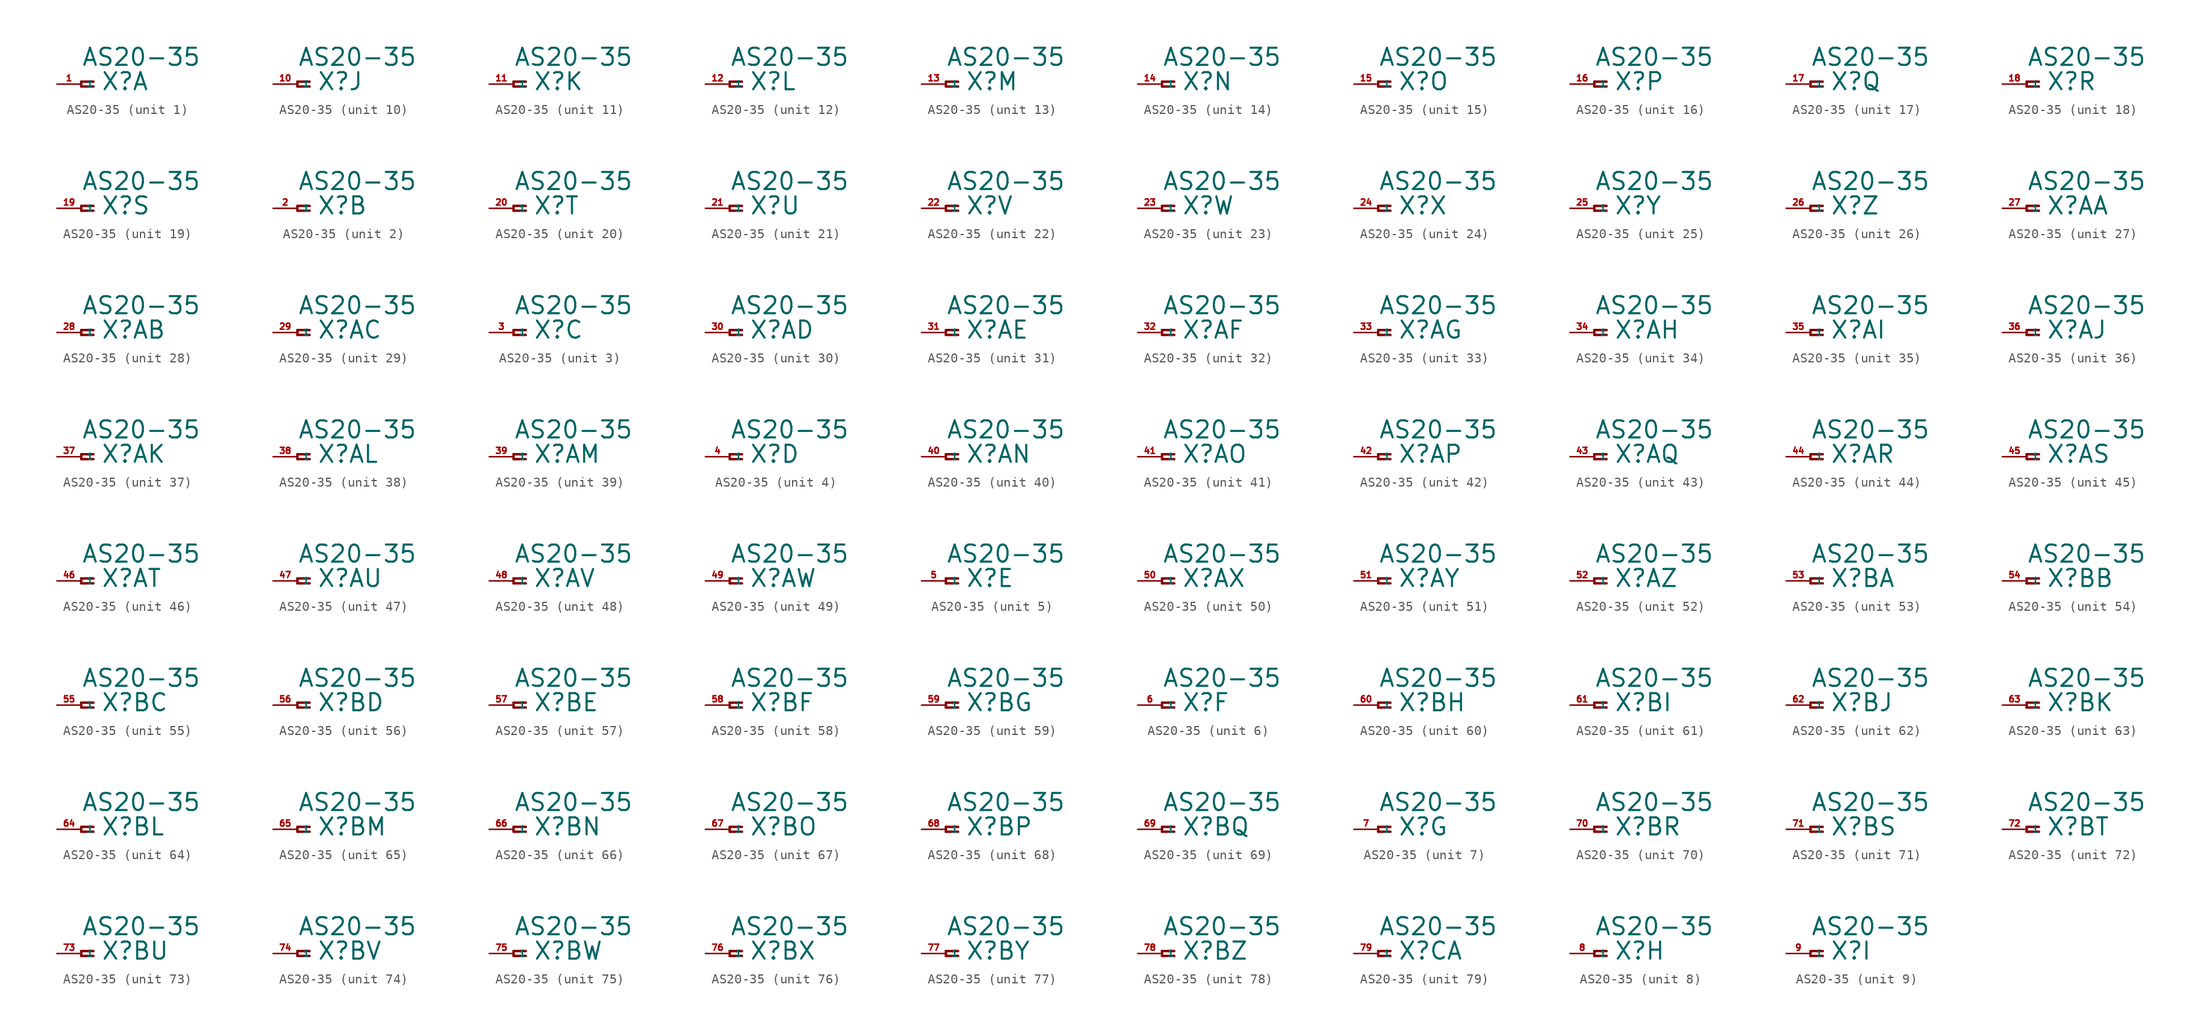
<source format=kicad_sym>
(kicad_symbol_lib
  (version 20220914)
  (generator Eagle2Kicad)
  (symbol "AS20-35"
    (property "Reference" "X"
      (at 2.032 -0.762 0)
      (effects (font (size 1.778 1.778) (thickness 0.22)) (justify left bottom)))
    (property "Value" "AS20-35"
      (at 0 1.778 0)
      (effects (font (size 1.778 1.778) (thickness 0.22)) (justify left bottom)))
    (symbol "AS20-35_1_0"
      (polyline (pts (xy 1.27 0.254) (xy 0 0.254)) (stroke (width 0.254) (type default)) (fill (type none)))
      (polyline (pts (xy 0 0.254) (xy 0 -0.254)) (stroke (width 0.254) (type default)) (fill (type none)))
      (polyline (pts (xy 0 -0.254) (xy 1.27 -0.254)) (stroke (width 0.254) (type default)) (fill (type none)))
      (pin passive line (at -2.54 0 0) (length 2.54) (name "1" (effects (font (size 0.635 0.635) (thickness 0.08)) (justify left bottom))) (number "1" (effects (font (size 0.635 0.635) (thickness 0.08)) (justify left bottom)))))
    (symbol "AS20-35_2_0"
      (polyline (pts (xy 1.27 0.254) (xy 0 0.254)) (stroke (width 0.254) (type default)) (fill (type none)))
      (polyline (pts (xy 0 0.254) (xy 0 -0.254)) (stroke (width 0.254) (type default)) (fill (type none)))
      (polyline (pts (xy 0 -0.254) (xy 1.27 -0.254)) (stroke (width 0.254) (type default)) (fill (type none)))
      (pin passive line (at -2.54 0 0) (length 2.54) (name "1" (effects (font (size 0.635 0.635) (thickness 0.08)) (justify left bottom))) (number "2" (effects (font (size 0.635 0.635) (thickness 0.08)) (justify left bottom)))))
    (symbol "AS20-35_3_0"
      (polyline (pts (xy 1.27 0.254) (xy 0 0.254)) (stroke (width 0.254) (type default)) (fill (type none)))
      (polyline (pts (xy 0 0.254) (xy 0 -0.254)) (stroke (width 0.254) (type default)) (fill (type none)))
      (polyline (pts (xy 0 -0.254) (xy 1.27 -0.254)) (stroke (width 0.254) (type default)) (fill (type none)))
      (pin passive line (at -2.54 0 0) (length 2.54) (name "1" (effects (font (size 0.635 0.635) (thickness 0.08)) (justify left bottom))) (number "3" (effects (font (size 0.635 0.635) (thickness 0.08)) (justify left bottom)))))
    (symbol "AS20-35_4_0"
      (polyline (pts (xy 1.27 0.254) (xy 0 0.254)) (stroke (width 0.254) (type default)) (fill (type none)))
      (polyline (pts (xy 0 0.254) (xy 0 -0.254)) (stroke (width 0.254) (type default)) (fill (type none)))
      (polyline (pts (xy 0 -0.254) (xy 1.27 -0.254)) (stroke (width 0.254) (type default)) (fill (type none)))
      (pin passive line (at -2.54 0 0) (length 2.54) (name "1" (effects (font (size 0.635 0.635) (thickness 0.08)) (justify left bottom))) (number "4" (effects (font (size 0.635 0.635) (thickness 0.08)) (justify left bottom)))))
    (symbol "AS20-35_5_0"
      (polyline (pts (xy 1.27 0.254) (xy 0 0.254)) (stroke (width 0.254) (type default)) (fill (type none)))
      (polyline (pts (xy 0 0.254) (xy 0 -0.254)) (stroke (width 0.254) (type default)) (fill (type none)))
      (polyline (pts (xy 0 -0.254) (xy 1.27 -0.254)) (stroke (width 0.254) (type default)) (fill (type none)))
      (pin passive line (at -2.54 0 0) (length 2.54) (name "1" (effects (font (size 0.635 0.635) (thickness 0.08)) (justify left bottom))) (number "5" (effects (font (size 0.635 0.635) (thickness 0.08)) (justify left bottom)))))
    (symbol "AS20-35_6_0"
      (polyline (pts (xy 1.27 0.254) (xy 0 0.254)) (stroke (width 0.254) (type default)) (fill (type none)))
      (polyline (pts (xy 0 0.254) (xy 0 -0.254)) (stroke (width 0.254) (type default)) (fill (type none)))
      (polyline (pts (xy 0 -0.254) (xy 1.27 -0.254)) (stroke (width 0.254) (type default)) (fill (type none)))
      (pin passive line (at -2.54 0 0) (length 2.54) (name "1" (effects (font (size 0.635 0.635) (thickness 0.08)) (justify left bottom))) (number "6" (effects (font (size 0.635 0.635) (thickness 0.08)) (justify left bottom)))))
    (symbol "AS20-35_7_0"
      (polyline (pts (xy 1.27 0.254) (xy 0 0.254)) (stroke (width 0.254) (type default)) (fill (type none)))
      (polyline (pts (xy 0 0.254) (xy 0 -0.254)) (stroke (width 0.254) (type default)) (fill (type none)))
      (polyline (pts (xy 0 -0.254) (xy 1.27 -0.254)) (stroke (width 0.254) (type default)) (fill (type none)))
      (pin passive line (at -2.54 0 0) (length 2.54) (name "1" (effects (font (size 0.635 0.635) (thickness 0.08)) (justify left bottom))) (number "7" (effects (font (size 0.635 0.635) (thickness 0.08)) (justify left bottom)))))
    (symbol "AS20-35_8_0"
      (polyline (pts (xy 1.27 0.254) (xy 0 0.254)) (stroke (width 0.254) (type default)) (fill (type none)))
      (polyline (pts (xy 0 0.254) (xy 0 -0.254)) (stroke (width 0.254) (type default)) (fill (type none)))
      (polyline (pts (xy 0 -0.254) (xy 1.27 -0.254)) (stroke (width 0.254) (type default)) (fill (type none)))
      (pin passive line (at -2.54 0 0) (length 2.54) (name "1" (effects (font (size 0.635 0.635) (thickness 0.08)) (justify left bottom))) (number "8" (effects (font (size 0.635 0.635) (thickness 0.08)) (justify left bottom)))))
    (symbol "AS20-35_9_0"
      (polyline (pts (xy 1.27 0.254) (xy 0 0.254)) (stroke (width 0.254) (type default)) (fill (type none)))
      (polyline (pts (xy 0 0.254) (xy 0 -0.254)) (stroke (width 0.254) (type default)) (fill (type none)))
      (polyline (pts (xy 0 -0.254) (xy 1.27 -0.254)) (stroke (width 0.254) (type default)) (fill (type none)))
      (pin passive line (at -2.54 0 0) (length 2.54) (name "1" (effects (font (size 0.635 0.635) (thickness 0.08)) (justify left bottom))) (number "9" (effects (font (size 0.635 0.635) (thickness 0.08)) (justify left bottom)))))
    (symbol "AS20-35_10_0"
      (polyline (pts (xy 1.27 0.254) (xy 0 0.254)) (stroke (width 0.254) (type default)) (fill (type none)))
      (polyline (pts (xy 0 0.254) (xy 0 -0.254)) (stroke (width 0.254) (type default)) (fill (type none)))
      (polyline (pts (xy 0 -0.254) (xy 1.27 -0.254)) (stroke (width 0.254) (type default)) (fill (type none)))
      (pin passive line (at -2.54 0 0) (length 2.54) (name "1" (effects (font (size 0.635 0.635) (thickness 0.08)) (justify left bottom))) (number "10" (effects (font (size 0.635 0.635) (thickness 0.08)) (justify left bottom)))))
    (symbol "AS20-35_11_0"
      (polyline (pts (xy 1.27 0.254) (xy 0 0.254)) (stroke (width 0.254) (type default)) (fill (type none)))
      (polyline (pts (xy 0 0.254) (xy 0 -0.254)) (stroke (width 0.254) (type default)) (fill (type none)))
      (polyline (pts (xy 0 -0.254) (xy 1.27 -0.254)) (stroke (width 0.254) (type default)) (fill (type none)))
      (pin passive line (at -2.54 0 0) (length 2.54) (name "1" (effects (font (size 0.635 0.635) (thickness 0.08)) (justify left bottom))) (number "11" (effects (font (size 0.635 0.635) (thickness 0.08)) (justify left bottom)))))
    (symbol "AS20-35_12_0"
      (polyline (pts (xy 1.27 0.254) (xy 0 0.254)) (stroke (width 0.254) (type default)) (fill (type none)))
      (polyline (pts (xy 0 0.254) (xy 0 -0.254)) (stroke (width 0.254) (type default)) (fill (type none)))
      (polyline (pts (xy 0 -0.254) (xy 1.27 -0.254)) (stroke (width 0.254) (type default)) (fill (type none)))
      (pin passive line (at -2.54 0 0) (length 2.54) (name "1" (effects (font (size 0.635 0.635) (thickness 0.08)) (justify left bottom))) (number "12" (effects (font (size 0.635 0.635) (thickness 0.08)) (justify left bottom)))))
    (symbol "AS20-35_13_0"
      (polyline (pts (xy 1.27 0.254) (xy 0 0.254)) (stroke (width 0.254) (type default)) (fill (type none)))
      (polyline (pts (xy 0 0.254) (xy 0 -0.254)) (stroke (width 0.254) (type default)) (fill (type none)))
      (polyline (pts (xy 0 -0.254) (xy 1.27 -0.254)) (stroke (width 0.254) (type default)) (fill (type none)))
      (pin passive line (at -2.54 0 0) (length 2.54) (name "1" (effects (font (size 0.635 0.635) (thickness 0.08)) (justify left bottom))) (number "13" (effects (font (size 0.635 0.635) (thickness 0.08)) (justify left bottom)))))
    (symbol "AS20-35_14_0"
      (polyline (pts (xy 1.27 0.254) (xy 0 0.254)) (stroke (width 0.254) (type default)) (fill (type none)))
      (polyline (pts (xy 0 0.254) (xy 0 -0.254)) (stroke (width 0.254) (type default)) (fill (type none)))
      (polyline (pts (xy 0 -0.254) (xy 1.27 -0.254)) (stroke (width 0.254) (type default)) (fill (type none)))
      (pin passive line (at -2.54 0 0) (length 2.54) (name "1" (effects (font (size 0.635 0.635) (thickness 0.08)) (justify left bottom))) (number "14" (effects (font (size 0.635 0.635) (thickness 0.08)) (justify left bottom)))))
    (symbol "AS20-35_15_0"
      (polyline (pts (xy 1.27 0.254) (xy 0 0.254)) (stroke (width 0.254) (type default)) (fill (type none)))
      (polyline (pts (xy 0 0.254) (xy 0 -0.254)) (stroke (width 0.254) (type default)) (fill (type none)))
      (polyline (pts (xy 0 -0.254) (xy 1.27 -0.254)) (stroke (width 0.254) (type default)) (fill (type none)))
      (pin passive line (at -2.54 0 0) (length 2.54) (name "1" (effects (font (size 0.635 0.635) (thickness 0.08)) (justify left bottom))) (number "15" (effects (font (size 0.635 0.635) (thickness 0.08)) (justify left bottom)))))
    (symbol "AS20-35_16_0"
      (polyline (pts (xy 1.27 0.254) (xy 0 0.254)) (stroke (width 0.254) (type default)) (fill (type none)))
      (polyline (pts (xy 0 0.254) (xy 0 -0.254)) (stroke (width 0.254) (type default)) (fill (type none)))
      (polyline (pts (xy 0 -0.254) (xy 1.27 -0.254)) (stroke (width 0.254) (type default)) (fill (type none)))
      (pin passive line (at -2.54 0 0) (length 2.54) (name "1" (effects (font (size 0.635 0.635) (thickness 0.08)) (justify left bottom))) (number "16" (effects (font (size 0.635 0.635) (thickness 0.08)) (justify left bottom)))))
    (symbol "AS20-35_17_0"
      (polyline (pts (xy 1.27 0.254) (xy 0 0.254)) (stroke (width 0.254) (type default)) (fill (type none)))
      (polyline (pts (xy 0 0.254) (xy 0 -0.254)) (stroke (width 0.254) (type default)) (fill (type none)))
      (polyline (pts (xy 0 -0.254) (xy 1.27 -0.254)) (stroke (width 0.254) (type default)) (fill (type none)))
      (pin passive line (at -2.54 0 0) (length 2.54) (name "1" (effects (font (size 0.635 0.635) (thickness 0.08)) (justify left bottom))) (number "17" (effects (font (size 0.635 0.635) (thickness 0.08)) (justify left bottom)))))
    (symbol "AS20-35_18_0"
      (polyline (pts (xy 1.27 0.254) (xy 0 0.254)) (stroke (width 0.254) (type default)) (fill (type none)))
      (polyline (pts (xy 0 0.254) (xy 0 -0.254)) (stroke (width 0.254) (type default)) (fill (type none)))
      (polyline (pts (xy 0 -0.254) (xy 1.27 -0.254)) (stroke (width 0.254) (type default)) (fill (type none)))
      (pin passive line (at -2.54 0 0) (length 2.54) (name "1" (effects (font (size 0.635 0.635) (thickness 0.08)) (justify left bottom))) (number "18" (effects (font (size 0.635 0.635) (thickness 0.08)) (justify left bottom)))))
    (symbol "AS20-35_19_0"
      (polyline (pts (xy 1.27 0.254) (xy 0 0.254)) (stroke (width 0.254) (type default)) (fill (type none)))
      (polyline (pts (xy 0 0.254) (xy 0 -0.254)) (stroke (width 0.254) (type default)) (fill (type none)))
      (polyline (pts (xy 0 -0.254) (xy 1.27 -0.254)) (stroke (width 0.254) (type default)) (fill (type none)))
      (pin passive line (at -2.54 0 0) (length 2.54) (name "1" (effects (font (size 0.635 0.635) (thickness 0.08)) (justify left bottom))) (number "19" (effects (font (size 0.635 0.635) (thickness 0.08)) (justify left bottom)))))
    (symbol "AS20-35_20_0"
      (polyline (pts (xy 1.27 0.254) (xy 0 0.254)) (stroke (width 0.254) (type default)) (fill (type none)))
      (polyline (pts (xy 0 0.254) (xy 0 -0.254)) (stroke (width 0.254) (type default)) (fill (type none)))
      (polyline (pts (xy 0 -0.254) (xy 1.27 -0.254)) (stroke (width 0.254) (type default)) (fill (type none)))
      (pin passive line (at -2.54 0 0) (length 2.54) (name "1" (effects (font (size 0.635 0.635) (thickness 0.08)) (justify left bottom))) (number "20" (effects (font (size 0.635 0.635) (thickness 0.08)) (justify left bottom)))))
    (symbol "AS20-35_21_0"
      (polyline (pts (xy 1.27 0.254) (xy 0 0.254)) (stroke (width 0.254) (type default)) (fill (type none)))
      (polyline (pts (xy 0 0.254) (xy 0 -0.254)) (stroke (width 0.254) (type default)) (fill (type none)))
      (polyline (pts (xy 0 -0.254) (xy 1.27 -0.254)) (stroke (width 0.254) (type default)) (fill (type none)))
      (pin passive line (at -2.54 0 0) (length 2.54) (name "1" (effects (font (size 0.635 0.635) (thickness 0.08)) (justify left bottom))) (number "21" (effects (font (size 0.635 0.635) (thickness 0.08)) (justify left bottom)))))
    (symbol "AS20-35_22_0"
      (polyline (pts (xy 1.27 0.254) (xy 0 0.254)) (stroke (width 0.254) (type default)) (fill (type none)))
      (polyline (pts (xy 0 0.254) (xy 0 -0.254)) (stroke (width 0.254) (type default)) (fill (type none)))
      (polyline (pts (xy 0 -0.254) (xy 1.27 -0.254)) (stroke (width 0.254) (type default)) (fill (type none)))
      (pin passive line (at -2.54 0 0) (length 2.54) (name "1" (effects (font (size 0.635 0.635) (thickness 0.08)) (justify left bottom))) (number "22" (effects (font (size 0.635 0.635) (thickness 0.08)) (justify left bottom)))))
    (symbol "AS20-35_23_0"
      (polyline (pts (xy 1.27 0.254) (xy 0 0.254)) (stroke (width 0.254) (type default)) (fill (type none)))
      (polyline (pts (xy 0 0.254) (xy 0 -0.254)) (stroke (width 0.254) (type default)) (fill (type none)))
      (polyline (pts (xy 0 -0.254) (xy 1.27 -0.254)) (stroke (width 0.254) (type default)) (fill (type none)))
      (pin passive line (at -2.54 0 0) (length 2.54) (name "1" (effects (font (size 0.635 0.635) (thickness 0.08)) (justify left bottom))) (number "23" (effects (font (size 0.635 0.635) (thickness 0.08)) (justify left bottom)))))
    (symbol "AS20-35_24_0"
      (polyline (pts (xy 1.27 0.254) (xy 0 0.254)) (stroke (width 0.254) (type default)) (fill (type none)))
      (polyline (pts (xy 0 0.254) (xy 0 -0.254)) (stroke (width 0.254) (type default)) (fill (type none)))
      (polyline (pts (xy 0 -0.254) (xy 1.27 -0.254)) (stroke (width 0.254) (type default)) (fill (type none)))
      (pin passive line (at -2.54 0 0) (length 2.54) (name "1" (effects (font (size 0.635 0.635) (thickness 0.08)) (justify left bottom))) (number "24" (effects (font (size 0.635 0.635) (thickness 0.08)) (justify left bottom)))))
    (symbol "AS20-35_25_0"
      (polyline (pts (xy 1.27 0.254) (xy 0 0.254)) (stroke (width 0.254) (type default)) (fill (type none)))
      (polyline (pts (xy 0 0.254) (xy 0 -0.254)) (stroke (width 0.254) (type default)) (fill (type none)))
      (polyline (pts (xy 0 -0.254) (xy 1.27 -0.254)) (stroke (width 0.254) (type default)) (fill (type none)))
      (pin passive line (at -2.54 0 0) (length 2.54) (name "1" (effects (font (size 0.635 0.635) (thickness 0.08)) (justify left bottom))) (number "25" (effects (font (size 0.635 0.635) (thickness 0.08)) (justify left bottom)))))
    (symbol "AS20-35_26_0"
      (polyline (pts (xy 1.27 0.254) (xy 0 0.254)) (stroke (width 0.254) (type default)) (fill (type none)))
      (polyline (pts (xy 0 0.254) (xy 0 -0.254)) (stroke (width 0.254) (type default)) (fill (type none)))
      (polyline (pts (xy 0 -0.254) (xy 1.27 -0.254)) (stroke (width 0.254) (type default)) (fill (type none)))
      (pin passive line (at -2.54 0 0) (length 2.54) (name "1" (effects (font (size 0.635 0.635) (thickness 0.08)) (justify left bottom))) (number "26" (effects (font (size 0.635 0.635) (thickness 0.08)) (justify left bottom)))))
    (symbol "AS20-35_27_0"
      (polyline (pts (xy 1.27 0.254) (xy 0 0.254)) (stroke (width 0.254) (type default)) (fill (type none)))
      (polyline (pts (xy 0 0.254) (xy 0 -0.254)) (stroke (width 0.254) (type default)) (fill (type none)))
      (polyline (pts (xy 0 -0.254) (xy 1.27 -0.254)) (stroke (width 0.254) (type default)) (fill (type none)))
      (pin passive line (at -2.54 0 0) (length 2.54) (name "1" (effects (font (size 0.635 0.635) (thickness 0.08)) (justify left bottom))) (number "27" (effects (font (size 0.635 0.635) (thickness 0.08)) (justify left bottom)))))
    (symbol "AS20-35_28_0"
      (polyline (pts (xy 1.27 0.254) (xy 0 0.254)) (stroke (width 0.254) (type default)) (fill (type none)))
      (polyline (pts (xy 0 0.254) (xy 0 -0.254)) (stroke (width 0.254) (type default)) (fill (type none)))
      (polyline (pts (xy 0 -0.254) (xy 1.27 -0.254)) (stroke (width 0.254) (type default)) (fill (type none)))
      (pin passive line (at -2.54 0 0) (length 2.54) (name "1" (effects (font (size 0.635 0.635) (thickness 0.08)) (justify left bottom))) (number "28" (effects (font (size 0.635 0.635) (thickness 0.08)) (justify left bottom)))))
    (symbol "AS20-35_29_0"
      (polyline (pts (xy 1.27 0.254) (xy 0 0.254)) (stroke (width 0.254) (type default)) (fill (type none)))
      (polyline (pts (xy 0 0.254) (xy 0 -0.254)) (stroke (width 0.254) (type default)) (fill (type none)))
      (polyline (pts (xy 0 -0.254) (xy 1.27 -0.254)) (stroke (width 0.254) (type default)) (fill (type none)))
      (pin passive line (at -2.54 0 0) (length 2.54) (name "1" (effects (font (size 0.635 0.635) (thickness 0.08)) (justify left bottom))) (number "29" (effects (font (size 0.635 0.635) (thickness 0.08)) (justify left bottom)))))
    (symbol "AS20-35_30_0"
      (polyline (pts (xy 1.27 0.254) (xy 0 0.254)) (stroke (width 0.254) (type default)) (fill (type none)))
      (polyline (pts (xy 0 0.254) (xy 0 -0.254)) (stroke (width 0.254) (type default)) (fill (type none)))
      (polyline (pts (xy 0 -0.254) (xy 1.27 -0.254)) (stroke (width 0.254) (type default)) (fill (type none)))
      (pin passive line (at -2.54 0 0) (length 2.54) (name "1" (effects (font (size 0.635 0.635) (thickness 0.08)) (justify left bottom))) (number "30" (effects (font (size 0.635 0.635) (thickness 0.08)) (justify left bottom)))))
    (symbol "AS20-35_31_0"
      (polyline (pts (xy 1.27 0.254) (xy 0 0.254)) (stroke (width 0.254) (type default)) (fill (type none)))
      (polyline (pts (xy 0 0.254) (xy 0 -0.254)) (stroke (width 0.254) (type default)) (fill (type none)))
      (polyline (pts (xy 0 -0.254) (xy 1.27 -0.254)) (stroke (width 0.254) (type default)) (fill (type none)))
      (pin passive line (at -2.54 0 0) (length 2.54) (name "1" (effects (font (size 0.635 0.635) (thickness 0.08)) (justify left bottom))) (number "31" (effects (font (size 0.635 0.635) (thickness 0.08)) (justify left bottom)))))
    (symbol "AS20-35_32_0"
      (polyline (pts (xy 1.27 0.254) (xy 0 0.254)) (stroke (width 0.254) (type default)) (fill (type none)))
      (polyline (pts (xy 0 0.254) (xy 0 -0.254)) (stroke (width 0.254) (type default)) (fill (type none)))
      (polyline (pts (xy 0 -0.254) (xy 1.27 -0.254)) (stroke (width 0.254) (type default)) (fill (type none)))
      (pin passive line (at -2.54 0 0) (length 2.54) (name "1" (effects (font (size 0.635 0.635) (thickness 0.08)) (justify left bottom))) (number "32" (effects (font (size 0.635 0.635) (thickness 0.08)) (justify left bottom)))))
    (symbol "AS20-35_33_0"
      (polyline (pts (xy 1.27 0.254) (xy 0 0.254)) (stroke (width 0.254) (type default)) (fill (type none)))
      (polyline (pts (xy 0 0.254) (xy 0 -0.254)) (stroke (width 0.254) (type default)) (fill (type none)))
      (polyline (pts (xy 0 -0.254) (xy 1.27 -0.254)) (stroke (width 0.254) (type default)) (fill (type none)))
      (pin passive line (at -2.54 0 0) (length 2.54) (name "1" (effects (font (size 0.635 0.635) (thickness 0.08)) (justify left bottom))) (number "33" (effects (font (size 0.635 0.635) (thickness 0.08)) (justify left bottom)))))
    (symbol "AS20-35_34_0"
      (polyline (pts (xy 1.27 0.254) (xy 0 0.254)) (stroke (width 0.254) (type default)) (fill (type none)))
      (polyline (pts (xy 0 0.254) (xy 0 -0.254)) (stroke (width 0.254) (type default)) (fill (type none)))
      (polyline (pts (xy 0 -0.254) (xy 1.27 -0.254)) (stroke (width 0.254) (type default)) (fill (type none)))
      (pin passive line (at -2.54 0 0) (length 2.54) (name "1" (effects (font (size 0.635 0.635) (thickness 0.08)) (justify left bottom))) (number "34" (effects (font (size 0.635 0.635) (thickness 0.08)) (justify left bottom)))))
    (symbol "AS20-35_35_0"
      (polyline (pts (xy 1.27 0.254) (xy 0 0.254)) (stroke (width 0.254) (type default)) (fill (type none)))
      (polyline (pts (xy 0 0.254) (xy 0 -0.254)) (stroke (width 0.254) (type default)) (fill (type none)))
      (polyline (pts (xy 0 -0.254) (xy 1.27 -0.254)) (stroke (width 0.254) (type default)) (fill (type none)))
      (pin passive line (at -2.54 0 0) (length 2.54) (name "1" (effects (font (size 0.635 0.635) (thickness 0.08)) (justify left bottom))) (number "35" (effects (font (size 0.635 0.635) (thickness 0.08)) (justify left bottom)))))
    (symbol "AS20-35_36_0"
      (polyline (pts (xy 1.27 0.254) (xy 0 0.254)) (stroke (width 0.254) (type default)) (fill (type none)))
      (polyline (pts (xy 0 0.254) (xy 0 -0.254)) (stroke (width 0.254) (type default)) (fill (type none)))
      (polyline (pts (xy 0 -0.254) (xy 1.27 -0.254)) (stroke (width 0.254) (type default)) (fill (type none)))
      (pin passive line (at -2.54 0 0) (length 2.54) (name "1" (effects (font (size 0.635 0.635) (thickness 0.08)) (justify left bottom))) (number "36" (effects (font (size 0.635 0.635) (thickness 0.08)) (justify left bottom)))))
    (symbol "AS20-35_37_0"
      (polyline (pts (xy 1.27 0.254) (xy 0 0.254)) (stroke (width 0.254) (type default)) (fill (type none)))
      (polyline (pts (xy 0 0.254) (xy 0 -0.254)) (stroke (width 0.254) (type default)) (fill (type none)))
      (polyline (pts (xy 0 -0.254) (xy 1.27 -0.254)) (stroke (width 0.254) (type default)) (fill (type none)))
      (pin passive line (at -2.54 0 0) (length 2.54) (name "1" (effects (font (size 0.635 0.635) (thickness 0.08)) (justify left bottom))) (number "37" (effects (font (size 0.635 0.635) (thickness 0.08)) (justify left bottom)))))
    (symbol "AS20-35_38_0"
      (polyline (pts (xy 1.27 0.254) (xy 0 0.254)) (stroke (width 0.254) (type default)) (fill (type none)))
      (polyline (pts (xy 0 0.254) (xy 0 -0.254)) (stroke (width 0.254) (type default)) (fill (type none)))
      (polyline (pts (xy 0 -0.254) (xy 1.27 -0.254)) (stroke (width 0.254) (type default)) (fill (type none)))
      (pin passive line (at -2.54 0 0) (length 2.54) (name "1" (effects (font (size 0.635 0.635) (thickness 0.08)) (justify left bottom))) (number "38" (effects (font (size 0.635 0.635) (thickness 0.08)) (justify left bottom)))))
    (symbol "AS20-35_39_0"
      (polyline (pts (xy 1.27 0.254) (xy 0 0.254)) (stroke (width 0.254) (type default)) (fill (type none)))
      (polyline (pts (xy 0 0.254) (xy 0 -0.254)) (stroke (width 0.254) (type default)) (fill (type none)))
      (polyline (pts (xy 0 -0.254) (xy 1.27 -0.254)) (stroke (width 0.254) (type default)) (fill (type none)))
      (pin passive line (at -2.54 0 0) (length 2.54) (name "1" (effects (font (size 0.635 0.635) (thickness 0.08)) (justify left bottom))) (number "39" (effects (font (size 0.635 0.635) (thickness 0.08)) (justify left bottom)))))
    (symbol "AS20-35_40_0"
      (polyline (pts (xy 1.27 0.254) (xy 0 0.254)) (stroke (width 0.254) (type default)) (fill (type none)))
      (polyline (pts (xy 0 0.254) (xy 0 -0.254)) (stroke (width 0.254) (type default)) (fill (type none)))
      (polyline (pts (xy 0 -0.254) (xy 1.27 -0.254)) (stroke (width 0.254) (type default)) (fill (type none)))
      (pin passive line (at -2.54 0 0) (length 2.54) (name "1" (effects (font (size 0.635 0.635) (thickness 0.08)) (justify left bottom))) (number "40" (effects (font (size 0.635 0.635) (thickness 0.08)) (justify left bottom)))))
    (symbol "AS20-35_41_0"
      (polyline (pts (xy 1.27 0.254) (xy 0 0.254)) (stroke (width 0.254) (type default)) (fill (type none)))
      (polyline (pts (xy 0 0.254) (xy 0 -0.254)) (stroke (width 0.254) (type default)) (fill (type none)))
      (polyline (pts (xy 0 -0.254) (xy 1.27 -0.254)) (stroke (width 0.254) (type default)) (fill (type none)))
      (pin passive line (at -2.54 0 0) (length 2.54) (name "1" (effects (font (size 0.635 0.635) (thickness 0.08)) (justify left bottom))) (number "41" (effects (font (size 0.635 0.635) (thickness 0.08)) (justify left bottom)))))
    (symbol "AS20-35_42_0"
      (polyline (pts (xy 1.27 0.254) (xy 0 0.254)) (stroke (width 0.254) (type default)) (fill (type none)))
      (polyline (pts (xy 0 0.254) (xy 0 -0.254)) (stroke (width 0.254) (type default)) (fill (type none)))
      (polyline (pts (xy 0 -0.254) (xy 1.27 -0.254)) (stroke (width 0.254) (type default)) (fill (type none)))
      (pin passive line (at -2.54 0 0) (length 2.54) (name "1" (effects (font (size 0.635 0.635) (thickness 0.08)) (justify left bottom))) (number "42" (effects (font (size 0.635 0.635) (thickness 0.08)) (justify left bottom)))))
    (symbol "AS20-35_43_0"
      (polyline (pts (xy 1.27 0.254) (xy 0 0.254)) (stroke (width 0.254) (type default)) (fill (type none)))
      (polyline (pts (xy 0 0.254) (xy 0 -0.254)) (stroke (width 0.254) (type default)) (fill (type none)))
      (polyline (pts (xy 0 -0.254) (xy 1.27 -0.254)) (stroke (width 0.254) (type default)) (fill (type none)))
      (pin passive line (at -2.54 0 0) (length 2.54) (name "1" (effects (font (size 0.635 0.635) (thickness 0.08)) (justify left bottom))) (number "43" (effects (font (size 0.635 0.635) (thickness 0.08)) (justify left bottom)))))
    (symbol "AS20-35_44_0"
      (polyline (pts (xy 1.27 0.254) (xy 0 0.254)) (stroke (width 0.254) (type default)) (fill (type none)))
      (polyline (pts (xy 0 0.254) (xy 0 -0.254)) (stroke (width 0.254) (type default)) (fill (type none)))
      (polyline (pts (xy 0 -0.254) (xy 1.27 -0.254)) (stroke (width 0.254) (type default)) (fill (type none)))
      (pin passive line (at -2.54 0 0) (length 2.54) (name "1" (effects (font (size 0.635 0.635) (thickness 0.08)) (justify left bottom))) (number "44" (effects (font (size 0.635 0.635) (thickness 0.08)) (justify left bottom)))))
    (symbol "AS20-35_45_0"
      (polyline (pts (xy 1.27 0.254) (xy 0 0.254)) (stroke (width 0.254) (type default)) (fill (type none)))
      (polyline (pts (xy 0 0.254) (xy 0 -0.254)) (stroke (width 0.254) (type default)) (fill (type none)))
      (polyline (pts (xy 0 -0.254) (xy 1.27 -0.254)) (stroke (width 0.254) (type default)) (fill (type none)))
      (pin passive line (at -2.54 0 0) (length 2.54) (name "1" (effects (font (size 0.635 0.635) (thickness 0.08)) (justify left bottom))) (number "45" (effects (font (size 0.635 0.635) (thickness 0.08)) (justify left bottom)))))
    (symbol "AS20-35_46_0"
      (polyline (pts (xy 1.27 0.254) (xy 0 0.254)) (stroke (width 0.254) (type default)) (fill (type none)))
      (polyline (pts (xy 0 0.254) (xy 0 -0.254)) (stroke (width 0.254) (type default)) (fill (type none)))
      (polyline (pts (xy 0 -0.254) (xy 1.27 -0.254)) (stroke (width 0.254) (type default)) (fill (type none)))
      (pin passive line (at -2.54 0 0) (length 2.54) (name "1" (effects (font (size 0.635 0.635) (thickness 0.08)) (justify left bottom))) (number "46" (effects (font (size 0.635 0.635) (thickness 0.08)) (justify left bottom)))))
    (symbol "AS20-35_47_0"
      (polyline (pts (xy 1.27 0.254) (xy 0 0.254)) (stroke (width 0.254) (type default)) (fill (type none)))
      (polyline (pts (xy 0 0.254) (xy 0 -0.254)) (stroke (width 0.254) (type default)) (fill (type none)))
      (polyline (pts (xy 0 -0.254) (xy 1.27 -0.254)) (stroke (width 0.254) (type default)) (fill (type none)))
      (pin passive line (at -2.54 0 0) (length 2.54) (name "1" (effects (font (size 0.635 0.635) (thickness 0.08)) (justify left bottom))) (number "47" (effects (font (size 0.635 0.635) (thickness 0.08)) (justify left bottom)))))
    (symbol "AS20-35_48_0"
      (polyline (pts (xy 1.27 0.254) (xy 0 0.254)) (stroke (width 0.254) (type default)) (fill (type none)))
      (polyline (pts (xy 0 0.254) (xy 0 -0.254)) (stroke (width 0.254) (type default)) (fill (type none)))
      (polyline (pts (xy 0 -0.254) (xy 1.27 -0.254)) (stroke (width 0.254) (type default)) (fill (type none)))
      (pin passive line (at -2.54 0 0) (length 2.54) (name "1" (effects (font (size 0.635 0.635) (thickness 0.08)) (justify left bottom))) (number "48" (effects (font (size 0.635 0.635) (thickness 0.08)) (justify left bottom)))))
    (symbol "AS20-35_49_0"
      (polyline (pts (xy 1.27 0.254) (xy 0 0.254)) (stroke (width 0.254) (type default)) (fill (type none)))
      (polyline (pts (xy 0 0.254) (xy 0 -0.254)) (stroke (width 0.254) (type default)) (fill (type none)))
      (polyline (pts (xy 0 -0.254) (xy 1.27 -0.254)) (stroke (width 0.254) (type default)) (fill (type none)))
      (pin passive line (at -2.54 0 0) (length 2.54) (name "1" (effects (font (size 0.635 0.635) (thickness 0.08)) (justify left bottom))) (number "49" (effects (font (size 0.635 0.635) (thickness 0.08)) (justify left bottom)))))
    (symbol "AS20-35_50_0"
      (polyline (pts (xy 1.27 0.254) (xy 0 0.254)) (stroke (width 0.254) (type default)) (fill (type none)))
      (polyline (pts (xy 0 0.254) (xy 0 -0.254)) (stroke (width 0.254) (type default)) (fill (type none)))
      (polyline (pts (xy 0 -0.254) (xy 1.27 -0.254)) (stroke (width 0.254) (type default)) (fill (type none)))
      (pin passive line (at -2.54 0 0) (length 2.54) (name "1" (effects (font (size 0.635 0.635) (thickness 0.08)) (justify left bottom))) (number "50" (effects (font (size 0.635 0.635) (thickness 0.08)) (justify left bottom)))))
    (symbol "AS20-35_51_0"
      (polyline (pts (xy 1.27 0.254) (xy 0 0.254)) (stroke (width 0.254) (type default)) (fill (type none)))
      (polyline (pts (xy 0 0.254) (xy 0 -0.254)) (stroke (width 0.254) (type default)) (fill (type none)))
      (polyline (pts (xy 0 -0.254) (xy 1.27 -0.254)) (stroke (width 0.254) (type default)) (fill (type none)))
      (pin passive line (at -2.54 0 0) (length 2.54) (name "1" (effects (font (size 0.635 0.635) (thickness 0.08)) (justify left bottom))) (number "51" (effects (font (size 0.635 0.635) (thickness 0.08)) (justify left bottom)))))
    (symbol "AS20-35_52_0"
      (polyline (pts (xy 1.27 0.254) (xy 0 0.254)) (stroke (width 0.254) (type default)) (fill (type none)))
      (polyline (pts (xy 0 0.254) (xy 0 -0.254)) (stroke (width 0.254) (type default)) (fill (type none)))
      (polyline (pts (xy 0 -0.254) (xy 1.27 -0.254)) (stroke (width 0.254) (type default)) (fill (type none)))
      (pin passive line (at -2.54 0 0) (length 2.54) (name "1" (effects (font (size 0.635 0.635) (thickness 0.08)) (justify left bottom))) (number "52" (effects (font (size 0.635 0.635) (thickness 0.08)) (justify left bottom)))))
    (symbol "AS20-35_53_0"
      (polyline (pts (xy 1.27 0.254) (xy 0 0.254)) (stroke (width 0.254) (type default)) (fill (type none)))
      (polyline (pts (xy 0 0.254) (xy 0 -0.254)) (stroke (width 0.254) (type default)) (fill (type none)))
      (polyline (pts (xy 0 -0.254) (xy 1.27 -0.254)) (stroke (width 0.254) (type default)) (fill (type none)))
      (pin passive line (at -2.54 0 0) (length 2.54) (name "1" (effects (font (size 0.635 0.635) (thickness 0.08)) (justify left bottom))) (number "53" (effects (font (size 0.635 0.635) (thickness 0.08)) (justify left bottom)))))
    (symbol "AS20-35_54_0"
      (polyline (pts (xy 1.27 0.254) (xy 0 0.254)) (stroke (width 0.254) (type default)) (fill (type none)))
      (polyline (pts (xy 0 0.254) (xy 0 -0.254)) (stroke (width 0.254) (type default)) (fill (type none)))
      (polyline (pts (xy 0 -0.254) (xy 1.27 -0.254)) (stroke (width 0.254) (type default)) (fill (type none)))
      (pin passive line (at -2.54 0 0) (length 2.54) (name "1" (effects (font (size 0.635 0.635) (thickness 0.08)) (justify left bottom))) (number "54" (effects (font (size 0.635 0.635) (thickness 0.08)) (justify left bottom)))))
    (symbol "AS20-35_55_0"
      (polyline (pts (xy 1.27 0.254) (xy 0 0.254)) (stroke (width 0.254) (type default)) (fill (type none)))
      (polyline (pts (xy 0 0.254) (xy 0 -0.254)) (stroke (width 0.254) (type default)) (fill (type none)))
      (polyline (pts (xy 0 -0.254) (xy 1.27 -0.254)) (stroke (width 0.254) (type default)) (fill (type none)))
      (pin passive line (at -2.54 0 0) (length 2.54) (name "1" (effects (font (size 0.635 0.635) (thickness 0.08)) (justify left bottom))) (number "55" (effects (font (size 0.635 0.635) (thickness 0.08)) (justify left bottom)))))
    (symbol "AS20-35_56_0"
      (polyline (pts (xy 1.27 0.254) (xy 0 0.254)) (stroke (width 0.254) (type default)) (fill (type none)))
      (polyline (pts (xy 0 0.254) (xy 0 -0.254)) (stroke (width 0.254) (type default)) (fill (type none)))
      (polyline (pts (xy 0 -0.254) (xy 1.27 -0.254)) (stroke (width 0.254) (type default)) (fill (type none)))
      (pin passive line (at -2.54 0 0) (length 2.54) (name "1" (effects (font (size 0.635 0.635) (thickness 0.08)) (justify left bottom))) (number "56" (effects (font (size 0.635 0.635) (thickness 0.08)) (justify left bottom)))))
    (symbol "AS20-35_57_0"
      (polyline (pts (xy 1.27 0.254) (xy 0 0.254)) (stroke (width 0.254) (type default)) (fill (type none)))
      (polyline (pts (xy 0 0.254) (xy 0 -0.254)) (stroke (width 0.254) (type default)) (fill (type none)))
      (polyline (pts (xy 0 -0.254) (xy 1.27 -0.254)) (stroke (width 0.254) (type default)) (fill (type none)))
      (pin passive line (at -2.54 0 0) (length 2.54) (name "1" (effects (font (size 0.635 0.635) (thickness 0.08)) (justify left bottom))) (number "57" (effects (font (size 0.635 0.635) (thickness 0.08)) (justify left bottom)))))
    (symbol "AS20-35_58_0"
      (polyline (pts (xy 1.27 0.254) (xy 0 0.254)) (stroke (width 0.254) (type default)) (fill (type none)))
      (polyline (pts (xy 0 0.254) (xy 0 -0.254)) (stroke (width 0.254) (type default)) (fill (type none)))
      (polyline (pts (xy 0 -0.254) (xy 1.27 -0.254)) (stroke (width 0.254) (type default)) (fill (type none)))
      (pin passive line (at -2.54 0 0) (length 2.54) (name "1" (effects (font (size 0.635 0.635) (thickness 0.08)) (justify left bottom))) (number "58" (effects (font (size 0.635 0.635) (thickness 0.08)) (justify left bottom)))))
    (symbol "AS20-35_59_0"
      (polyline (pts (xy 1.27 0.254) (xy 0 0.254)) (stroke (width 0.254) (type default)) (fill (type none)))
      (polyline (pts (xy 0 0.254) (xy 0 -0.254)) (stroke (width 0.254) (type default)) (fill (type none)))
      (polyline (pts (xy 0 -0.254) (xy 1.27 -0.254)) (stroke (width 0.254) (type default)) (fill (type none)))
      (pin passive line (at -2.54 0 0) (length 2.54) (name "1" (effects (font (size 0.635 0.635) (thickness 0.08)) (justify left bottom))) (number "59" (effects (font (size 0.635 0.635) (thickness 0.08)) (justify left bottom)))))
    (symbol "AS20-35_60_0"
      (polyline (pts (xy 1.27 0.254) (xy 0 0.254)) (stroke (width 0.254) (type default)) (fill (type none)))
      (polyline (pts (xy 0 0.254) (xy 0 -0.254)) (stroke (width 0.254) (type default)) (fill (type none)))
      (polyline (pts (xy 0 -0.254) (xy 1.27 -0.254)) (stroke (width 0.254) (type default)) (fill (type none)))
      (pin passive line (at -2.54 0 0) (length 2.54) (name "1" (effects (font (size 0.635 0.635) (thickness 0.08)) (justify left bottom))) (number "60" (effects (font (size 0.635 0.635) (thickness 0.08)) (justify left bottom)))))
    (symbol "AS20-35_61_0"
      (polyline (pts (xy 1.27 0.254) (xy 0 0.254)) (stroke (width 0.254) (type default)) (fill (type none)))
      (polyline (pts (xy 0 0.254) (xy 0 -0.254)) (stroke (width 0.254) (type default)) (fill (type none)))
      (polyline (pts (xy 0 -0.254) (xy 1.27 -0.254)) (stroke (width 0.254) (type default)) (fill (type none)))
      (pin passive line (at -2.54 0 0) (length 2.54) (name "1" (effects (font (size 0.635 0.635) (thickness 0.08)) (justify left bottom))) (number "61" (effects (font (size 0.635 0.635) (thickness 0.08)) (justify left bottom)))))
    (symbol "AS20-35_62_0"
      (polyline (pts (xy 1.27 0.254) (xy 0 0.254)) (stroke (width 0.254) (type default)) (fill (type none)))
      (polyline (pts (xy 0 0.254) (xy 0 -0.254)) (stroke (width 0.254) (type default)) (fill (type none)))
      (polyline (pts (xy 0 -0.254) (xy 1.27 -0.254)) (stroke (width 0.254) (type default)) (fill (type none)))
      (pin passive line (at -2.54 0 0) (length 2.54) (name "1" (effects (font (size 0.635 0.635) (thickness 0.08)) (justify left bottom))) (number "62" (effects (font (size 0.635 0.635) (thickness 0.08)) (justify left bottom)))))
    (symbol "AS20-35_63_0"
      (polyline (pts (xy 1.27 0.254) (xy 0 0.254)) (stroke (width 0.254) (type default)) (fill (type none)))
      (polyline (pts (xy 0 0.254) (xy 0 -0.254)) (stroke (width 0.254) (type default)) (fill (type none)))
      (polyline (pts (xy 0 -0.254) (xy 1.27 -0.254)) (stroke (width 0.254) (type default)) (fill (type none)))
      (pin passive line (at -2.54 0 0) (length 2.54) (name "1" (effects (font (size 0.635 0.635) (thickness 0.08)) (justify left bottom))) (number "63" (effects (font (size 0.635 0.635) (thickness 0.08)) (justify left bottom)))))
    (symbol "AS20-35_64_0"
      (polyline (pts (xy 1.27 0.254) (xy 0 0.254)) (stroke (width 0.254) (type default)) (fill (type none)))
      (polyline (pts (xy 0 0.254) (xy 0 -0.254)) (stroke (width 0.254) (type default)) (fill (type none)))
      (polyline (pts (xy 0 -0.254) (xy 1.27 -0.254)) (stroke (width 0.254) (type default)) (fill (type none)))
      (pin passive line (at -2.54 0 0) (length 2.54) (name "1" (effects (font (size 0.635 0.635) (thickness 0.08)) (justify left bottom))) (number "64" (effects (font (size 0.635 0.635) (thickness 0.08)) (justify left bottom)))))
    (symbol "AS20-35_65_0"
      (polyline (pts (xy 1.27 0.254) (xy 0 0.254)) (stroke (width 0.254) (type default)) (fill (type none)))
      (polyline (pts (xy 0 0.254) (xy 0 -0.254)) (stroke (width 0.254) (type default)) (fill (type none)))
      (polyline (pts (xy 0 -0.254) (xy 1.27 -0.254)) (stroke (width 0.254) (type default)) (fill (type none)))
      (pin passive line (at -2.54 0 0) (length 2.54) (name "1" (effects (font (size 0.635 0.635) (thickness 0.08)) (justify left bottom))) (number "65" (effects (font (size 0.635 0.635) (thickness 0.08)) (justify left bottom)))))
    (symbol "AS20-35_66_0"
      (polyline (pts (xy 1.27 0.254) (xy 0 0.254)) (stroke (width 0.254) (type default)) (fill (type none)))
      (polyline (pts (xy 0 0.254) (xy 0 -0.254)) (stroke (width 0.254) (type default)) (fill (type none)))
      (polyline (pts (xy 0 -0.254) (xy 1.27 -0.254)) (stroke (width 0.254) (type default)) (fill (type none)))
      (pin passive line (at -2.54 0 0) (length 2.54) (name "1" (effects (font (size 0.635 0.635) (thickness 0.08)) (justify left bottom))) (number "66" (effects (font (size 0.635 0.635) (thickness 0.08)) (justify left bottom)))))
    (symbol "AS20-35_67_0"
      (polyline (pts (xy 1.27 0.254) (xy 0 0.254)) (stroke (width 0.254) (type default)) (fill (type none)))
      (polyline (pts (xy 0 0.254) (xy 0 -0.254)) (stroke (width 0.254) (type default)) (fill (type none)))
      (polyline (pts (xy 0 -0.254) (xy 1.27 -0.254)) (stroke (width 0.254) (type default)) (fill (type none)))
      (pin passive line (at -2.54 0 0) (length 2.54) (name "1" (effects (font (size 0.635 0.635) (thickness 0.08)) (justify left bottom))) (number "67" (effects (font (size 0.635 0.635) (thickness 0.08)) (justify left bottom)))))
    (symbol "AS20-35_68_0"
      (polyline (pts (xy 1.27 0.254) (xy 0 0.254)) (stroke (width 0.254) (type default)) (fill (type none)))
      (polyline (pts (xy 0 0.254) (xy 0 -0.254)) (stroke (width 0.254) (type default)) (fill (type none)))
      (polyline (pts (xy 0 -0.254) (xy 1.27 -0.254)) (stroke (width 0.254) (type default)) (fill (type none)))
      (pin passive line (at -2.54 0 0) (length 2.54) (name "1" (effects (font (size 0.635 0.635) (thickness 0.08)) (justify left bottom))) (number "68" (effects (font (size 0.635 0.635) (thickness 0.08)) (justify left bottom)))))
    (symbol "AS20-35_69_0"
      (polyline (pts (xy 1.27 0.254) (xy 0 0.254)) (stroke (width 0.254) (type default)) (fill (type none)))
      (polyline (pts (xy 0 0.254) (xy 0 -0.254)) (stroke (width 0.254) (type default)) (fill (type none)))
      (polyline (pts (xy 0 -0.254) (xy 1.27 -0.254)) (stroke (width 0.254) (type default)) (fill (type none)))
      (pin passive line (at -2.54 0 0) (length 2.54) (name "1" (effects (font (size 0.635 0.635) (thickness 0.08)) (justify left bottom))) (number "69" (effects (font (size 0.635 0.635) (thickness 0.08)) (justify left bottom)))))
    (symbol "AS20-35_70_0"
      (polyline (pts (xy 1.27 0.254) (xy 0 0.254)) (stroke (width 0.254) (type default)) (fill (type none)))
      (polyline (pts (xy 0 0.254) (xy 0 -0.254)) (stroke (width 0.254) (type default)) (fill (type none)))
      (polyline (pts (xy 0 -0.254) (xy 1.27 -0.254)) (stroke (width 0.254) (type default)) (fill (type none)))
      (pin passive line (at -2.54 0 0) (length 2.54) (name "1" (effects (font (size 0.635 0.635) (thickness 0.08)) (justify left bottom))) (number "70" (effects (font (size 0.635 0.635) (thickness 0.08)) (justify left bottom)))))
    (symbol "AS20-35_71_0"
      (polyline (pts (xy 1.27 0.254) (xy 0 0.254)) (stroke (width 0.254) (type default)) (fill (type none)))
      (polyline (pts (xy 0 0.254) (xy 0 -0.254)) (stroke (width 0.254) (type default)) (fill (type none)))
      (polyline (pts (xy 0 -0.254) (xy 1.27 -0.254)) (stroke (width 0.254) (type default)) (fill (type none)))
      (pin passive line (at -2.54 0 0) (length 2.54) (name "1" (effects (font (size 0.635 0.635) (thickness 0.08)) (justify left bottom))) (number "71" (effects (font (size 0.635 0.635) (thickness 0.08)) (justify left bottom)))))
    (symbol "AS20-35_72_0"
      (polyline (pts (xy 1.27 0.254) (xy 0 0.254)) (stroke (width 0.254) (type default)) (fill (type none)))
      (polyline (pts (xy 0 0.254) (xy 0 -0.254)) (stroke (width 0.254) (type default)) (fill (type none)))
      (polyline (pts (xy 0 -0.254) (xy 1.27 -0.254)) (stroke (width 0.254) (type default)) (fill (type none)))
      (pin passive line (at -2.54 0 0) (length 2.54) (name "1" (effects (font (size 0.635 0.635) (thickness 0.08)) (justify left bottom))) (number "72" (effects (font (size 0.635 0.635) (thickness 0.08)) (justify left bottom)))))
    (symbol "AS20-35_73_0"
      (polyline (pts (xy 1.27 0.254) (xy 0 0.254)) (stroke (width 0.254) (type default)) (fill (type none)))
      (polyline (pts (xy 0 0.254) (xy 0 -0.254)) (stroke (width 0.254) (type default)) (fill (type none)))
      (polyline (pts (xy 0 -0.254) (xy 1.27 -0.254)) (stroke (width 0.254) (type default)) (fill (type none)))
      (pin passive line (at -2.54 0 0) (length 2.54) (name "1" (effects (font (size 0.635 0.635) (thickness 0.08)) (justify left bottom))) (number "73" (effects (font (size 0.635 0.635) (thickness 0.08)) (justify left bottom)))))
    (symbol "AS20-35_74_0"
      (polyline (pts (xy 1.27 0.254) (xy 0 0.254)) (stroke (width 0.254) (type default)) (fill (type none)))
      (polyline (pts (xy 0 0.254) (xy 0 -0.254)) (stroke (width 0.254) (type default)) (fill (type none)))
      (polyline (pts (xy 0 -0.254) (xy 1.27 -0.254)) (stroke (width 0.254) (type default)) (fill (type none)))
      (pin passive line (at -2.54 0 0) (length 2.54) (name "1" (effects (font (size 0.635 0.635) (thickness 0.08)) (justify left bottom))) (number "74" (effects (font (size 0.635 0.635) (thickness 0.08)) (justify left bottom)))))
    (symbol "AS20-35_75_0"
      (polyline (pts (xy 1.27 0.254) (xy 0 0.254)) (stroke (width 0.254) (type default)) (fill (type none)))
      (polyline (pts (xy 0 0.254) (xy 0 -0.254)) (stroke (width 0.254) (type default)) (fill (type none)))
      (polyline (pts (xy 0 -0.254) (xy 1.27 -0.254)) (stroke (width 0.254) (type default)) (fill (type none)))
      (pin passive line (at -2.54 0 0) (length 2.54) (name "1" (effects (font (size 0.635 0.635) (thickness 0.08)) (justify left bottom))) (number "75" (effects (font (size 0.635 0.635) (thickness 0.08)) (justify left bottom)))))
    (symbol "AS20-35_76_0"
      (polyline (pts (xy 1.27 0.254) (xy 0 0.254)) (stroke (width 0.254) (type default)) (fill (type none)))
      (polyline (pts (xy 0 0.254) (xy 0 -0.254)) (stroke (width 0.254) (type default)) (fill (type none)))
      (polyline (pts (xy 0 -0.254) (xy 1.27 -0.254)) (stroke (width 0.254) (type default)) (fill (type none)))
      (pin passive line (at -2.54 0 0) (length 2.54) (name "1" (effects (font (size 0.635 0.635) (thickness 0.08)) (justify left bottom))) (number "76" (effects (font (size 0.635 0.635) (thickness 0.08)) (justify left bottom)))))
    (symbol "AS20-35_77_0"
      (polyline (pts (xy 1.27 0.254) (xy 0 0.254)) (stroke (width 0.254) (type default)) (fill (type none)))
      (polyline (pts (xy 0 0.254) (xy 0 -0.254)) (stroke (width 0.254) (type default)) (fill (type none)))
      (polyline (pts (xy 0 -0.254) (xy 1.27 -0.254)) (stroke (width 0.254) (type default)) (fill (type none)))
      (pin passive line (at -2.54 0 0) (length 2.54) (name "1" (effects (font (size 0.635 0.635) (thickness 0.08)) (justify left bottom))) (number "77" (effects (font (size 0.635 0.635) (thickness 0.08)) (justify left bottom)))))
    (symbol "AS20-35_78_0"
      (polyline (pts (xy 1.27 0.254) (xy 0 0.254)) (stroke (width 0.254) (type default)) (fill (type none)))
      (polyline (pts (xy 0 0.254) (xy 0 -0.254)) (stroke (width 0.254) (type default)) (fill (type none)))
      (polyline (pts (xy 0 -0.254) (xy 1.27 -0.254)) (stroke (width 0.254) (type default)) (fill (type none)))
      (pin passive line (at -2.54 0 0) (length 2.54) (name "1" (effects (font (size 0.635 0.635) (thickness 0.08)) (justify left bottom))) (number "78" (effects (font (size 0.635 0.635) (thickness 0.08)) (justify left bottom)))))
    (symbol "AS20-35_79_0"
      (polyline (pts (xy 1.27 0.254) (xy 0 0.254)) (stroke (width 0.254) (type default)) (fill (type none)))
      (polyline (pts (xy 0 0.254) (xy 0 -0.254)) (stroke (width 0.254) (type default)) (fill (type none)))
      (polyline (pts (xy 0 -0.254) (xy 1.27 -0.254)) (stroke (width 0.254) (type default)) (fill (type none)))
      (pin passive line (at -2.54 0 0) (length 2.54) (name "1" (effects (font (size 0.635 0.635) (thickness 0.08)) (justify left bottom))) (number "79" (effects (font (size 0.635 0.635) (thickness 0.08)) (justify left bottom)))))))
</source>
